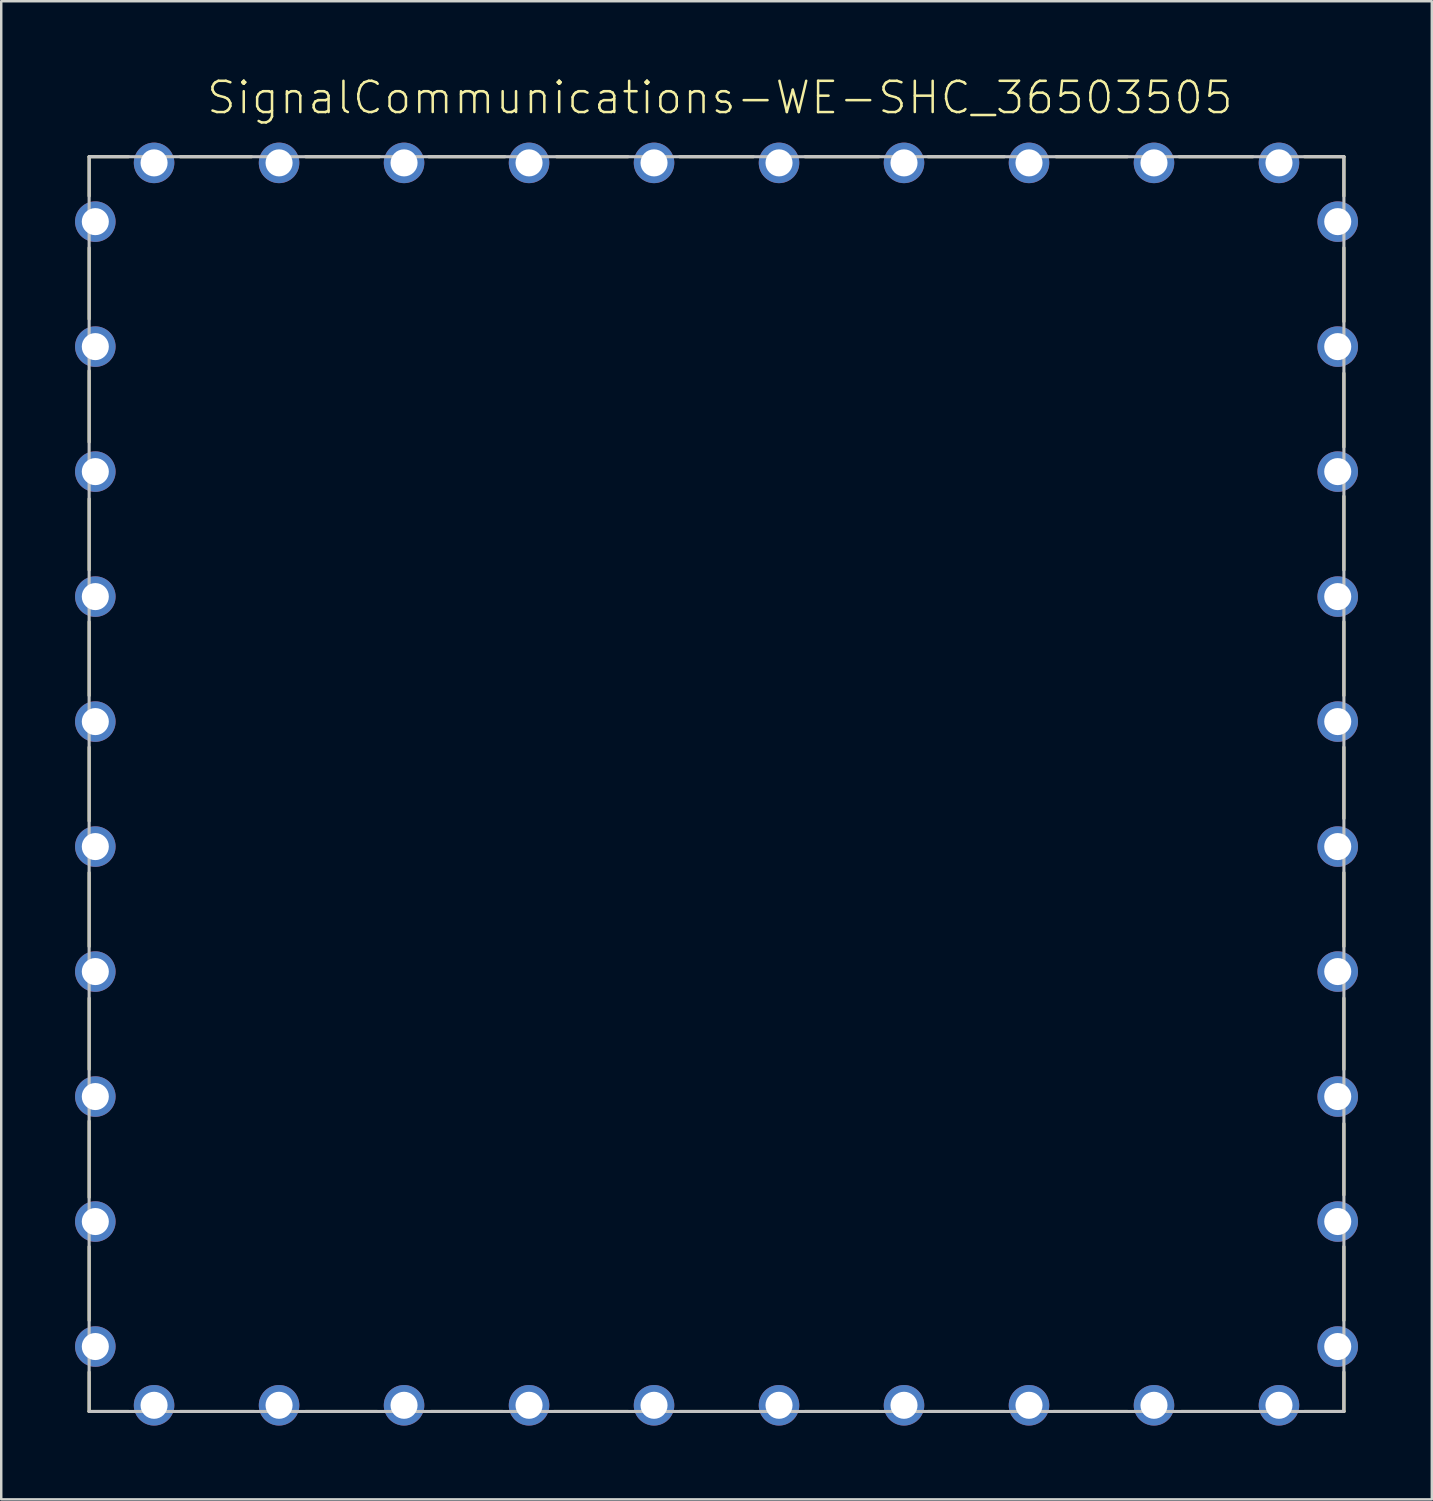
<source format=kicad_pcb>
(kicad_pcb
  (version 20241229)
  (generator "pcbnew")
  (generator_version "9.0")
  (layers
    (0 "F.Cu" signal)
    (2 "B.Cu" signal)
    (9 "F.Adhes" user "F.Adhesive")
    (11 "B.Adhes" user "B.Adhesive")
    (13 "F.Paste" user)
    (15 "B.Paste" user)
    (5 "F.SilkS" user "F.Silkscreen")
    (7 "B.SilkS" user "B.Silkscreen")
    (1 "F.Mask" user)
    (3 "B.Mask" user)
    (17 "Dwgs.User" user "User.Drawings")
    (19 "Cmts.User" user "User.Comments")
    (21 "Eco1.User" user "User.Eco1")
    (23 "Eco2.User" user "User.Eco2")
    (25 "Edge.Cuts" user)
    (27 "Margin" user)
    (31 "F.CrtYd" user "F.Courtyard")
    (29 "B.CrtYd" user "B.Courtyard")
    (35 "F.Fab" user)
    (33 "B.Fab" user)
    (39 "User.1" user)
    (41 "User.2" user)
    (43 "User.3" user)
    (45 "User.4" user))
  (footprint "SignalCommunications-WE-SHC_36503505"
    (layer "F.Cu")
    (at 26.072 28.818)
    (property "Reference" "SignalCommunications-WE-SHC_36503505" (at 0.137 -27.897 0) (layer "F.SilkS") (effects (font (size 1.27 1.27) (thickness 0.102))))
    (attr exclude_from_pos_files exclude_from_bom)
    (fp_line (start -25.499 -25.499) (end -25.499 -23.899) (stroke (width 0.127) (type solid)) (layer "F.SilkS"))
    (fp_line (start -25.499 -21.798) (end -25.499 -18.898) (stroke (width 0.127) (type solid)) (layer "F.SilkS"))
    (fp_line (start -25.499 -16.8) (end -25.499 -13.899) (stroke (width 0.127) (type solid)) (layer "F.SilkS"))
    (fp_line (start -25.499 -11.598) (end -25.499 -8.7) (stroke (width 0.127) (type solid)) (layer "F.SilkS"))
    (fp_line (start -25.499 -6.599) (end -25.499 -3.599) (stroke (width 0.127) (type solid)) (layer "F.SilkS"))
    (fp_line (start -25.499 -1.499) (end -25.499 1.499) (stroke (width 0.127) (type solid)) (layer "F.SilkS"))
    (fp_line (start -25.499 3.599) (end -25.499 6.599) (stroke (width 0.127) (type solid)) (layer "F.SilkS"))
    (fp_line (start -25.499 8.7) (end -25.499 11.598) (stroke (width 0.127) (type solid)) (layer "F.SilkS"))
    (fp_line (start -25.499 13.698) (end -25.499 16.8) (stroke (width 0.127) (type solid)) (layer "F.SilkS"))
    (fp_line (start -25.499 18.799) (end -25.499 21.798) (stroke (width 0.127) (type solid)) (layer "F.SilkS"))
    (fp_line (start -25.499 23.899) (end -25.499 25.499) (stroke (width 0.127) (type solid)) (layer "F.SilkS"))
    (fp_line (start -25.499 25.499) (end -23.899 25.499) (stroke (width 0.127) (type solid)) (layer "F.SilkS"))
    (fp_line (start -23.899 -25.499) (end -25.499 -25.499) (stroke (width 0.127) (type solid)) (layer "F.SilkS"))
    (fp_line (start -21.798 -25.499) (end -18.898 -25.499) (stroke (width 0.127) (type solid)) (layer "F.SilkS"))
    (fp_line (start -21.798 25.499) (end -18.799 25.499) (stroke (width 0.127) (type solid)) (layer "F.SilkS"))
    (fp_line (start -16.698 -25.499) (end -13.698 -25.499) (stroke (width 0.127) (type solid)) (layer "F.SilkS"))
    (fp_line (start -16.698 25.499) (end -13.8 25.499) (stroke (width 0.127) (type solid)) (layer "F.SilkS"))
    (fp_line (start -11.699 -25.499) (end -8.598 -25.499) (stroke (width 0.127) (type solid)) (layer "F.SilkS"))
    (fp_line (start -11.598 25.499) (end -8.7 25.499) (stroke (width 0.127) (type solid)) (layer "F.SilkS"))
    (fp_line (start -6.599 25.499) (end -3.599 25.499) (stroke (width 0.127) (type solid)) (layer "F.SilkS"))
    (fp_line (start -6.5 -25.499) (end -3.599 -25.499) (stroke (width 0.127) (type solid)) (layer "F.SilkS"))
    (fp_line (start -1.499 -25.499) (end 1.499 -25.499) (stroke (width 0.127) (type solid)) (layer "F.SilkS"))
    (fp_line (start -1.499 25.499) (end 1.499 25.499) (stroke (width 0.127) (type solid)) (layer "F.SilkS"))
    (fp_line (start 3.599 -25.499) (end 6.599 -25.499) (stroke (width 0.127) (type solid)) (layer "F.SilkS"))
    (fp_line (start 3.599 25.499) (end 6.599 25.499) (stroke (width 0.127) (type solid)) (layer "F.SilkS"))
    (fp_line (start 8.598 -25.499) (end 11.699 -25.499) (stroke (width 0.127) (type solid)) (layer "F.SilkS"))
    (fp_line (start 8.598 25.499) (end 11.699 25.499) (stroke (width 0.127) (type solid)) (layer "F.SilkS"))
    (fp_line (start 13.698 25.499) (end 16.698 25.499) (stroke (width 0.127) (type solid)) (layer "F.SilkS"))
    (fp_line (start 13.8 -25.499) (end 16.698 -25.499) (stroke (width 0.127) (type solid)) (layer "F.SilkS"))
    (fp_line (start 18.799 -25.499) (end 21.798 -25.499) (stroke (width 0.127) (type solid)) (layer "F.SilkS"))
    (fp_line (start 18.898 25.499) (end 21.798 25.499) (stroke (width 0.127) (type solid)) (layer "F.SilkS"))
    (fp_line (start 23.899 -25.499) (end 25.499 -25.499) (stroke (width 0.127) (type solid)) (layer "F.SilkS"))
    (fp_line (start 25.499 -25.499) (end 25.499 -23.899) (stroke (width 0.127) (type solid)) (layer "F.SilkS"))
    (fp_line (start 25.499 -21.798) (end 25.499 -18.799) (stroke (width 0.127) (type solid)) (layer "F.SilkS"))
    (fp_line (start 25.499 -16.698) (end 25.499 -13.698) (stroke (width 0.127) (type solid)) (layer "F.SilkS"))
    (fp_line (start 25.499 -11.699) (end 25.499 -8.7) (stroke (width 0.127) (type solid)) (layer "F.SilkS"))
    (fp_line (start 25.499 -6.599) (end 25.499 -3.599) (stroke (width 0.127) (type solid)) (layer "F.SilkS"))
    (fp_line (start 25.499 -1.499) (end 25.499 1.4) (stroke (width 0.127) (type solid)) (layer "F.SilkS"))
    (fp_line (start 25.499 3.599) (end 25.499 6.599) (stroke (width 0.127) (type solid)) (layer "F.SilkS"))
    (fp_line (start 25.499 8.7) (end 25.499 11.598) (stroke (width 0.127) (type solid)) (layer "F.SilkS"))
    (fp_line (start 25.499 13.8) (end 25.499 16.698) (stroke (width 0.127) (type solid)) (layer "F.SilkS"))
    (fp_line (start 25.499 18.799) (end 25.499 21.798) (stroke (width 0.127) (type solid)) (layer "F.SilkS"))
    (fp_line (start 25.499 23.899) (end 25.499 25.499) (stroke (width 0.127) (type solid)) (layer "F.SilkS"))
    (fp_line (start 25.499 25.499) (end 23.899 25.499) (stroke (width 0.127) (type solid)) (layer "F.SilkS"))
    (fp_line (start -25.499 -25.499) (end -25.499 25.499) (stroke (width 0.127) (type solid)) (layer "Dwgs.User"))
    (fp_line (start -25.499 25.499) (end 25.499 25.499) (stroke (width 0.127) (type solid)) (layer "Dwgs.User"))
    (fp_line (start 25.499 -25.499) (end -25.499 -25.499) (stroke (width 0.127) (type solid)) (layer "Dwgs.User"))
    (fp_line (start 25.499 25.499) (end 25.499 -25.499) (stroke (width 0.127) (type solid)) (layer "Dwgs.User"))
    (pad "1" thru_hole circle (at 25.248 -22.86) (size 1.648 1.648) (drill 1.1) (layers "*.Cu" "*.Paste" "*.Mask"))
    (pad "2" thru_hole circle (at 25.248 -17.78) (size 1.648 1.648) (drill 1.1) (layers "*.Cu" "*.Paste" "*.Mask"))
    (pad "3" thru_hole circle (at 25.248 -12.7) (size 1.648 1.648) (drill 1.1) (layers "*.Cu" "*.Paste" "*.Mask"))
    (pad "4" thru_hole circle (at 25.248 -7.62) (size 1.648 1.648) (drill 1.1) (layers "*.Cu" "*.Paste" "*.Mask"))
    (pad "5" thru_hole circle (at 25.248 -2.54) (size 1.648 1.648) (drill 1.1) (layers "*.Cu" "*.Paste" "*.Mask"))
    (pad "6" thru_hole circle (at 25.248 2.54) (size 1.648 1.648) (drill 1.1) (layers "*.Cu" "*.Paste" "*.Mask"))
    (pad "7" thru_hole circle (at 25.248 7.62) (size 1.648 1.648) (drill 1.1) (layers "*.Cu" "*.Paste" "*.Mask"))
    (pad "8" thru_hole circle (at 25.248 12.7) (size 1.648 1.648) (drill 1.1) (layers "*.Cu" "*.Paste" "*.Mask"))
    (pad "9" thru_hole circle (at 25.248 17.78) (size 1.648 1.648) (drill 1.1) (layers "*.Cu" "*.Paste" "*.Mask"))
    (pad "10" thru_hole circle (at 25.248 22.86) (size 1.648 1.648) (drill 1.1) (layers "*.Cu" "*.Paste" "*.Mask"))
    (pad "11" thru_hole circle (at 22.86 25.248) (size 1.648 1.648) (drill 1.1) (layers "*.Cu" "*.Paste" "*.Mask"))
    (pad "12" thru_hole circle (at 17.78 25.248) (size 1.648 1.648) (drill 1.1) (layers "*.Cu" "*.Paste" "*.Mask"))
    (pad "13" thru_hole circle (at 12.7 25.248) (size 1.648 1.648) (drill 1.1) (layers "*.Cu" "*.Paste" "*.Mask"))
    (pad "14" thru_hole circle (at 7.62 25.248) (size 1.648 1.648) (drill 1.1) (layers "*.Cu" "*.Paste" "*.Mask"))
    (pad "15" thru_hole circle (at 2.54 25.248) (size 1.648 1.648) (drill 1.1) (layers "*.Cu" "*.Paste" "*.Mask"))
    (pad "16" thru_hole circle (at -2.54 25.248) (size 1.648 1.648) (drill 1.1) (layers "*.Cu" "*.Paste" "*.Mask"))
    (pad "17" thru_hole circle (at -7.62 25.248) (size 1.648 1.648) (drill 1.1) (layers "*.Cu" "*.Paste" "*.Mask"))
    (pad "18" thru_hole circle (at -12.7 25.248) (size 1.648 1.648) (drill 1.1) (layers "*.Cu" "*.Paste" "*.Mask"))
    (pad "19" thru_hole circle (at -17.78 25.248) (size 1.648 1.648) (drill 1.1) (layers "*.Cu" "*.Paste" "*.Mask"))
    (pad "20" thru_hole circle (at -22.86 25.248) (size 1.648 1.648) (drill 1.1) (layers "*.Cu" "*.Paste" "*.Mask"))
    (pad "21" thru_hole circle (at -25.248 22.86) (size 1.648 1.648) (drill 1.1) (layers "*.Cu" "*.Paste" "*.Mask"))
    (pad "22" thru_hole circle (at -25.248 17.78) (size 1.648 1.648) (drill 1.1) (layers "*.Cu" "*.Paste" "*.Mask"))
    (pad "23" thru_hole circle (at -25.248 12.7) (size 1.648 1.648) (drill 1.1) (layers "*.Cu" "*.Paste" "*.Mask"))
    (pad "24" thru_hole circle (at -25.248 7.62) (size 1.648 1.648) (drill 1.1) (layers "*.Cu" "*.Paste" "*.Mask"))
    (pad "25" thru_hole circle (at -25.248 2.54) (size 1.648 1.648) (drill 1.1) (layers "*.Cu" "*.Paste" "*.Mask"))
    (pad "26" thru_hole circle (at -25.248 -2.54) (size 1.648 1.648) (drill 1.1) (layers "*.Cu" "*.Paste" "*.Mask"))
    (pad "27" thru_hole circle (at -25.248 -7.62) (size 1.648 1.648) (drill 1.1) (layers "*.Cu" "*.Paste" "*.Mask"))
    (pad "28" thru_hole circle (at -25.248 -12.7) (size 1.648 1.648) (drill 1.1) (layers "*.Cu" "*.Paste" "*.Mask"))
    (pad "29" thru_hole circle (at -25.248 -17.78) (size 1.648 1.648) (drill 1.1) (layers "*.Cu" "*.Paste" "*.Mask"))
    (pad "40" thru_hole circle (at -25.248 -22.86) (size 1.648 1.648) (drill 1.1) (layers "*.Cu" "*.Paste" "*.Mask"))
    (pad "41" thru_hole circle (at -22.86 -25.248) (size 1.648 1.648) (drill 1.1) (layers "*.Cu" "*.Paste" "*.Mask"))
    (pad "42" thru_hole circle (at -17.78 -25.248) (size 1.648 1.648) (drill 1.1) (layers "*.Cu" "*.Paste" "*.Mask"))
    (pad "43" thru_hole circle (at -12.7 -25.248) (size 1.648 1.648) (drill 1.1) (layers "*.Cu" "*.Paste" "*.Mask"))
    (pad "44" thru_hole circle (at -7.62 -25.248) (size 1.648 1.648) (drill 1.1) (layers "*.Cu" "*.Paste" "*.Mask"))
    (pad "45" thru_hole circle (at -2.54 -25.248) (size 1.648 1.648) (drill 1.1) (layers "*.Cu" "*.Paste" "*.Mask"))
    (pad "47" thru_hole circle (at 7.62 -25.248) (size 1.648 1.648) (drill 1.1) (layers "*.Cu" "*.Paste" "*.Mask"))
    (pad "48" thru_hole circle (at 12.7 -25.248) (size 1.648 1.648) (drill 1.1) (layers "*.Cu" "*.Paste" "*.Mask"))
    (pad "49" thru_hole circle (at 17.78 -25.248) (size 1.648 1.648) (drill 1.1) (layers "*.Cu" "*.Paste" "*.Mask"))
    (pad "50" thru_hole circle (at 22.86 -25.248) (size 1.648 1.648) (drill 1.1) (layers "*.Cu" "*.Paste" "*.Mask"))
    (pad "56" thru_hole circle (at 2.54 -25.248) (size 1.648 1.648) (drill 1.1) (layers "*.Cu" "*.Paste" "*.Mask")))
  (gr_rect
    (start -3 -3)
    (end 55.144 57.89)
    (stroke (width 0.1) (type default))
    (fill no)
    (layer "Edge.Cuts")))
</source>
